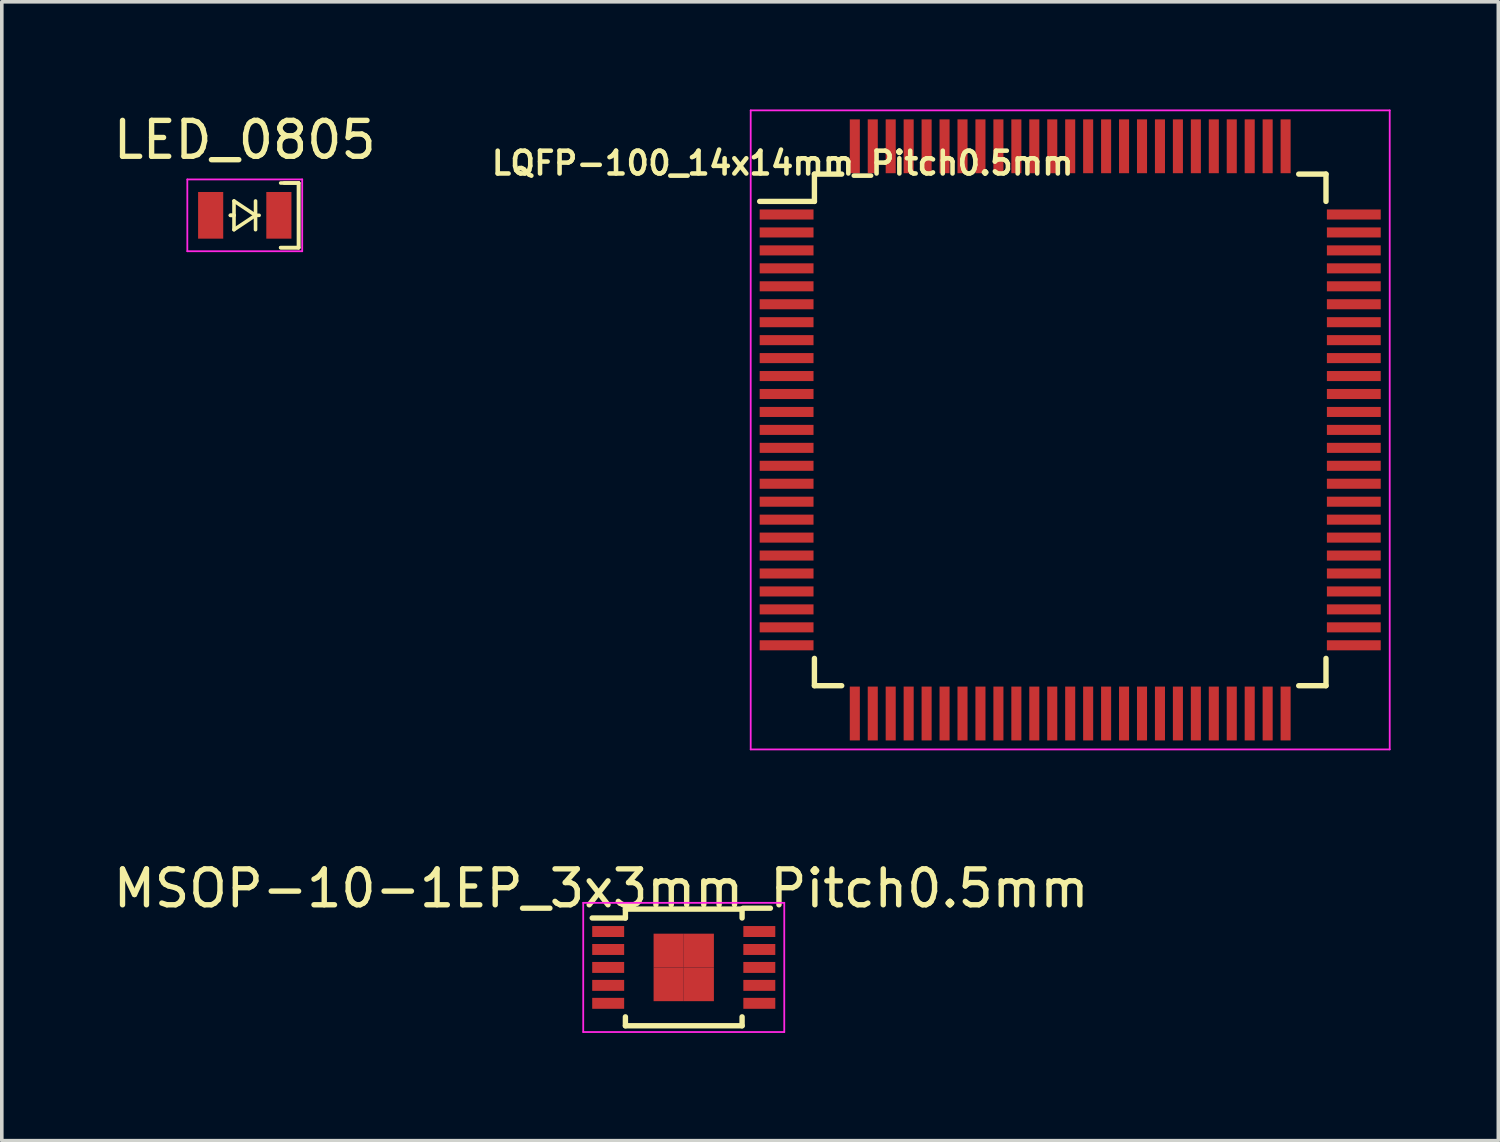
<source format=kicad_pcb>
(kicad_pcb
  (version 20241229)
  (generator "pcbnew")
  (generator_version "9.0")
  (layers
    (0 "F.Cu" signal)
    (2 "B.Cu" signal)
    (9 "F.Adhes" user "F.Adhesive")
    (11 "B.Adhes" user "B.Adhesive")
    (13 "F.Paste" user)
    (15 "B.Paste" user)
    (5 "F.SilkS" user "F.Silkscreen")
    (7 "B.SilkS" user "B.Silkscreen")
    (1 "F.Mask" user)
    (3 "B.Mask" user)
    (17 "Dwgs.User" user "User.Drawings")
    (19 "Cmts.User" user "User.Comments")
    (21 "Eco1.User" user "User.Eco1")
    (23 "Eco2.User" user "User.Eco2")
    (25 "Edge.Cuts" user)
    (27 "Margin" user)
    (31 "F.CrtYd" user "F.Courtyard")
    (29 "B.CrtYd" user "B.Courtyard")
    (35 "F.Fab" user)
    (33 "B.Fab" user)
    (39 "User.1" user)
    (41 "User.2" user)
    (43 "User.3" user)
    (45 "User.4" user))
  (footprint "MSOP-10-1EP_3x3mm_Pitch0.5mm"
    (layer "F.Cu")
    (at 15.996 23.898)
    (property "Reference" "MSOP-10-1EP_3x3mm_Pitch0.5mm" (at -2.3 -2.2 0) (layer "F.SilkS") (effects (font (size 1 1) (thickness 0.15))))
    (attr smd)
    (fp_line (start -1.625 -1.625) (end -1.625 -1.377) (stroke (width 0.15) (type solid)) (layer "F.SilkS"))
    (fp_line (start -1.625 -1.625) (end 1.625 -1.625) (stroke (width 0.15) (type solid)) (layer "F.SilkS"))
    (fp_line (start -1.625 -1.377) (end -2.55 -1.377) (stroke (width 0.15) (type solid)) (layer "F.SilkS"))
    (fp_line (start -1.625 1.625) (end -1.625 1.377) (stroke (width 0.15) (type solid)) (layer "F.SilkS"))
    (fp_line (start -1.625 1.625) (end 1.625 1.625) (stroke (width 0.15) (type solid)) (layer "F.SilkS"))
    (fp_line (start 1.625 -1.625) (end 1.625 -1.377) (stroke (width 0.15) (type solid)) (layer "F.SilkS"))
    (fp_line (start 1.625 1.625) (end 1.625 1.377) (stroke (width 0.15) (type solid)) (layer "F.SilkS"))
    (fp_line (start -2.8 -1.8) (end -2.8 1.8) (stroke (width 0.05) (type solid)) (layer "F.CrtYd"))
    (fp_line (start -2.8 -1.8) (end 2.8 -1.8) (stroke (width 0.05) (type solid)) (layer "F.CrtYd"))
    (fp_line (start -2.8 1.8) (end 2.8 1.8) (stroke (width 0.05) (type solid)) (layer "F.CrtYd"))
    (fp_line (start 2.8 -1.8) (end 2.8 1.8) (stroke (width 0.05) (type solid)) (layer "F.CrtYd"))
    (pad "1" smd rect (at -2.105 -1) (size 0.89 0.305) (layers "F.Cu" "F.Mask" "F.Paste"))
    (pad "2" smd rect (at -2.105 -0.5) (size 0.89 0.305) (layers "F.Cu" "F.Mask" "F.Paste"))
    (pad "3" smd rect (at -2.105 0) (size 0.89 0.305) (layers "F.Cu" "F.Mask" "F.Paste"))
    (pad "4" smd rect (at -2.105 0.5) (size 0.89 0.305) (layers "F.Cu" "F.Mask" "F.Paste"))
    (pad "5" smd rect (at -2.105 1) (size 0.89 0.305) (layers "F.Cu" "F.Mask" "F.Paste"))
    (pad "6" smd rect (at 2.105 1) (size 0.89 0.305) (layers "F.Cu" "F.Mask" "F.Paste"))
    (pad "7" smd rect (at 2.105 0.5) (size 0.89 0.305) (layers "F.Cu" "F.Mask" "F.Paste"))
    (pad "8" smd rect (at 2.105 0) (size 0.89 0.305) (layers "F.Cu" "F.Mask" "F.Paste"))
    (pad "9" smd rect (at 2.105 -0.5) (size 0.89 0.305) (layers "F.Cu" "F.Mask" "F.Paste"))
    (pad "10" smd rect (at 2.105 -1) (size 0.89 0.305) (layers "F.Cu" "F.Mask" "F.Paste"))
    (pad "11" smd rect (at -0.42 -0.47) (size 0.84 0.94) (layers "F.Cu" "F.Mask" "F.Paste"))
    (pad "11" smd rect (at -0.42 0.47) (size 0.84 0.94) (layers "F.Cu" "F.Mask" "F.Paste"))
    (pad "11" smd rect (at 0.42 -0.47) (size 0.84 0.94) (layers "F.Cu" "F.Mask" "F.Paste"))
    (pad "11" smd rect (at 0.42 0.47) (size 0.84 0.94) (layers "F.Cu" "F.Mask" "F.Paste")))
  (footprint "LQFP-100_14x14mm_Pitch0.5mm"
    (layer "F.Cu")
    (at 26.761 8.925)
    (property "Reference" "LQFP-100_14x14mm_Pitch0.5mm" (at -8.01 -7.43 0) (layer "F.SilkS") (effects (font (size 0.635 0.635) (thickness 0.127))))
    (attr smd)
    (fp_line (start -7.125 -7.125) (end -7.125 -6.365) (stroke (width 0.15) (type solid)) (layer "F.SilkS"))
    (fp_line (start -7.125 -7.125) (end -6.365 -7.125) (stroke (width 0.15) (type solid)) (layer "F.SilkS"))
    (fp_line (start -7.125 -6.365) (end -8.65 -6.365) (stroke (width 0.15) (type solid)) (layer "F.SilkS"))
    (fp_line (start -7.125 7.125) (end -7.125 6.365) (stroke (width 0.15) (type solid)) (layer "F.SilkS"))
    (fp_line (start -7.125 7.125) (end -6.365 7.125) (stroke (width 0.15) (type solid)) (layer "F.SilkS"))
    (fp_line (start 7.125 -7.125) (end 6.365 -7.125) (stroke (width 0.15) (type solid)) (layer "F.SilkS"))
    (fp_line (start 7.125 -7.125) (end 7.125 -6.365) (stroke (width 0.15) (type solid)) (layer "F.SilkS"))
    (fp_line (start 7.125 7.125) (end 6.365 7.125) (stroke (width 0.15) (type solid)) (layer "F.SilkS"))
    (fp_line (start 7.125 7.125) (end 7.125 6.365) (stroke (width 0.15) (type solid)) (layer "F.SilkS"))
    (fp_line (start -8.9 -8.9) (end -8.9 8.9) (stroke (width 0.05) (type solid)) (layer "F.CrtYd"))
    (fp_line (start -8.9 -8.9) (end 8.9 -8.9) (stroke (width 0.05) (type solid)) (layer "F.CrtYd"))
    (fp_line (start -8.9 8.9) (end 8.9 8.9) (stroke (width 0.05) (type solid)) (layer "F.CrtYd"))
    (fp_line (start 8.9 -8.9) (end 8.9 8.9) (stroke (width 0.05) (type solid)) (layer "F.CrtYd"))
    (pad "1" smd rect (at -7.9 -6) (size 1.5 0.28) (layers "F.Cu" "F.Mask" "F.Paste"))
    (pad "2" smd rect (at -7.9 -5.5) (size 1.5 0.28) (layers "F.Cu" "F.Mask" "F.Paste"))
    (pad "3" smd rect (at -7.9 -5) (size 1.5 0.28) (layers "F.Cu" "F.Mask" "F.Paste"))
    (pad "4" smd rect (at -7.9 -4.5) (size 1.5 0.28) (layers "F.Cu" "F.Mask" "F.Paste"))
    (pad "5" smd rect (at -7.9 -4) (size 1.5 0.28) (layers "F.Cu" "F.Mask" "F.Paste"))
    (pad "6" smd rect (at -7.9 -3.5) (size 1.5 0.28) (layers "F.Cu" "F.Mask" "F.Paste"))
    (pad "7" smd rect (at -7.9 -3) (size 1.5 0.28) (layers "F.Cu" "F.Mask" "F.Paste"))
    (pad "8" smd rect (at -7.9 -2.5) (size 1.5 0.28) (layers "F.Cu" "F.Mask" "F.Paste"))
    (pad "9" smd rect (at -7.9 -2) (size 1.5 0.28) (layers "F.Cu" "F.Mask" "F.Paste"))
    (pad "10" smd rect (at -7.9 -1.5) (size 1.5 0.28) (layers "F.Cu" "F.Mask" "F.Paste"))
    (pad "11" smd rect (at -7.9 -1) (size 1.5 0.28) (layers "F.Cu" "F.Mask" "F.Paste"))
    (pad "12" smd rect (at -7.9 -0.5) (size 1.5 0.28) (layers "F.Cu" "F.Mask" "F.Paste"))
    (pad "13" smd rect (at -7.9 0) (size 1.5 0.28) (layers "F.Cu" "F.Mask" "F.Paste"))
    (pad "14" smd rect (at -7.9 0.5) (size 1.5 0.28) (layers "F.Cu" "F.Mask" "F.Paste"))
    (pad "15" smd rect (at -7.9 1) (size 1.5 0.28) (layers "F.Cu" "F.Mask" "F.Paste"))
    (pad "16" smd rect (at -7.9 1.5) (size 1.5 0.28) (layers "F.Cu" "F.Mask" "F.Paste"))
    (pad "17" smd rect (at -7.9 2) (size 1.5 0.28) (layers "F.Cu" "F.Mask" "F.Paste"))
    (pad "18" smd rect (at -7.9 2.5) (size 1.5 0.28) (layers "F.Cu" "F.Mask" "F.Paste"))
    (pad "19" smd rect (at -7.9 3) (size 1.5 0.28) (layers "F.Cu" "F.Mask" "F.Paste"))
    (pad "20" smd rect (at -7.9 3.5) (size 1.5 0.28) (layers "F.Cu" "F.Mask" "F.Paste"))
    (pad "21" smd rect (at -7.9 4) (size 1.5 0.28) (layers "F.Cu" "F.Mask" "F.Paste"))
    (pad "22" smd rect (at -7.9 4.5) (size 1.5 0.28) (layers "F.Cu" "F.Mask" "F.Paste"))
    (pad "23" smd rect (at -7.9 5) (size 1.5 0.28) (layers "F.Cu" "F.Mask" "F.Paste"))
    (pad "24" smd rect (at -7.9 5.5) (size 1.5 0.28) (layers "F.Cu" "F.Mask" "F.Paste"))
    (pad "25" smd rect (at -7.9 6) (size 1.5 0.28) (layers "F.Cu" "F.Mask" "F.Paste"))
    (pad "26" smd rect (at -6 7.9 90) (size 1.5 0.28) (layers "F.Cu" "F.Mask" "F.Paste"))
    (pad "27" smd rect (at -5.5 7.9 90) (size 1.5 0.28) (layers "F.Cu" "F.Mask" "F.Paste"))
    (pad "28" smd rect (at -5 7.9 90) (size 1.5 0.28) (layers "F.Cu" "F.Mask" "F.Paste"))
    (pad "29" smd rect (at -4.5 7.9 90) (size 1.5 0.28) (layers "F.Cu" "F.Mask" "F.Paste"))
    (pad "30" smd rect (at -4 7.9 90) (size 1.5 0.28) (layers "F.Cu" "F.Mask" "F.Paste"))
    (pad "31" smd rect (at -3.5 7.9 90) (size 1.5 0.28) (layers "F.Cu" "F.Mask" "F.Paste"))
    (pad "32" smd rect (at -3 7.9 90) (size 1.5 0.28) (layers "F.Cu" "F.Mask" "F.Paste"))
    (pad "33" smd rect (at -2.5 7.9 90) (size 1.5 0.28) (layers "F.Cu" "F.Mask" "F.Paste"))
    (pad "34" smd rect (at -2 7.9 90) (size 1.5 0.28) (layers "F.Cu" "F.Mask" "F.Paste"))
    (pad "35" smd rect (at -1.5 7.9 90) (size 1.5 0.28) (layers "F.Cu" "F.Mask" "F.Paste"))
    (pad "36" smd rect (at -1 7.9 90) (size 1.5 0.28) (layers "F.Cu" "F.Mask" "F.Paste"))
    (pad "37" smd rect (at -0.5 7.9 90) (size 1.5 0.28) (layers "F.Cu" "F.Mask" "F.Paste"))
    (pad "38" smd rect (at 0 7.9 90) (size 1.5 0.28) (layers "F.Cu" "F.Mask" "F.Paste"))
    (pad "39" smd rect (at 0.5 7.9 90) (size 1.5 0.28) (layers "F.Cu" "F.Mask" "F.Paste"))
    (pad "40" smd rect (at 1 7.9 90) (size 1.5 0.28) (layers "F.Cu" "F.Mask" "F.Paste"))
    (pad "41" smd rect (at 1.5 7.9 90) (size 1.5 0.28) (layers "F.Cu" "F.Mask" "F.Paste"))
    (pad "42" smd rect (at 2 7.9 90) (size 1.5 0.28) (layers "F.Cu" "F.Mask" "F.Paste"))
    (pad "43" smd rect (at 2.5 7.9 90) (size 1.5 0.28) (layers "F.Cu" "F.Mask" "F.Paste"))
    (pad "44" smd rect (at 3 7.9 90) (size 1.5 0.28) (layers "F.Cu" "F.Mask" "F.Paste"))
    (pad "45" smd rect (at 3.5 7.9 90) (size 1.5 0.28) (layers "F.Cu" "F.Mask" "F.Paste"))
    (pad "46" smd rect (at 4 7.9 90) (size 1.5 0.28) (layers "F.Cu" "F.Mask" "F.Paste"))
    (pad "47" smd rect (at 4.5 7.9 90) (size 1.5 0.28) (layers "F.Cu" "F.Mask" "F.Paste"))
    (pad "48" smd rect (at 5 7.9 90) (size 1.5 0.28) (layers "F.Cu" "F.Mask" "F.Paste"))
    (pad "49" smd rect (at 5.5 7.9 90) (size 1.5 0.28) (layers "F.Cu" "F.Mask" "F.Paste"))
    (pad "50" smd rect (at 6 7.9 90) (size 1.5 0.28) (layers "F.Cu" "F.Mask" "F.Paste"))
    (pad "51" smd rect (at 7.9 6) (size 1.5 0.28) (layers "F.Cu" "F.Mask" "F.Paste"))
    (pad "52" smd rect (at 7.9 5.5) (size 1.5 0.28) (layers "F.Cu" "F.Mask" "F.Paste"))
    (pad "53" smd rect (at 7.9 5) (size 1.5 0.28) (layers "F.Cu" "F.Mask" "F.Paste"))
    (pad "54" smd rect (at 7.9 4.5) (size 1.5 0.28) (layers "F.Cu" "F.Mask" "F.Paste"))
    (pad "55" smd rect (at 7.9 4) (size 1.5 0.28) (layers "F.Cu" "F.Mask" "F.Paste"))
    (pad "56" smd rect (at 7.9 3.5) (size 1.5 0.28) (layers "F.Cu" "F.Mask" "F.Paste"))
    (pad "57" smd rect (at 7.9 3) (size 1.5 0.28) (layers "F.Cu" "F.Mask" "F.Paste"))
    (pad "58" smd rect (at 7.9 2.5) (size 1.5 0.28) (layers "F.Cu" "F.Mask" "F.Paste"))
    (pad "59" smd rect (at 7.9 2) (size 1.5 0.28) (layers "F.Cu" "F.Mask" "F.Paste"))
    (pad "60" smd rect (at 7.9 1.5) (size 1.5 0.28) (layers "F.Cu" "F.Mask" "F.Paste"))
    (pad "61" smd rect (at 7.9 1) (size 1.5 0.28) (layers "F.Cu" "F.Mask" "F.Paste"))
    (pad "62" smd rect (at 7.9 0.5) (size 1.5 0.28) (layers "F.Cu" "F.Mask" "F.Paste"))
    (pad "63" smd rect (at 7.9 0) (size 1.5 0.28) (layers "F.Cu" "F.Mask" "F.Paste"))
    (pad "64" smd rect (at 7.9 -0.5) (size 1.5 0.28) (layers "F.Cu" "F.Mask" "F.Paste"))
    (pad "65" smd rect (at 7.9 -1) (size 1.5 0.28) (layers "F.Cu" "F.Mask" "F.Paste"))
    (pad "66" smd rect (at 7.9 -1.5) (size 1.5 0.28) (layers "F.Cu" "F.Mask" "F.Paste"))
    (pad "67" smd rect (at 7.9 -2) (size 1.5 0.28) (layers "F.Cu" "F.Mask" "F.Paste"))
    (pad "68" smd rect (at 7.9 -2.5) (size 1.5 0.28) (layers "F.Cu" "F.Mask" "F.Paste"))
    (pad "69" smd rect (at 7.9 -3) (size 1.5 0.28) (layers "F.Cu" "F.Mask" "F.Paste"))
    (pad "70" smd rect (at 7.9 -3.5) (size 1.5 0.28) (layers "F.Cu" "F.Mask" "F.Paste"))
    (pad "71" smd rect (at 7.9 -4) (size 1.5 0.28) (layers "F.Cu" "F.Mask" "F.Paste"))
    (pad "72" smd rect (at 7.9 -4.5) (size 1.5 0.28) (layers "F.Cu" "F.Mask" "F.Paste"))
    (pad "73" smd rect (at 7.9 -5) (size 1.5 0.28) (layers "F.Cu" "F.Mask" "F.Paste"))
    (pad "74" smd rect (at 7.9 -5.5) (size 1.5 0.28) (layers "F.Cu" "F.Mask" "F.Paste"))
    (pad "75" smd rect (at 7.9 -6) (size 1.5 0.28) (layers "F.Cu" "F.Mask" "F.Paste"))
    (pad "76" smd rect (at 6 -7.9 90) (size 1.5 0.28) (layers "F.Cu" "F.Mask" "F.Paste"))
    (pad "77" smd rect (at 5.5 -7.9 90) (size 1.5 0.28) (layers "F.Cu" "F.Mask" "F.Paste"))
    (pad "78" smd rect (at 5 -7.9 90) (size 1.5 0.28) (layers "F.Cu" "F.Mask" "F.Paste"))
    (pad "79" smd rect (at 4.5 -7.9 90) (size 1.5 0.28) (layers "F.Cu" "F.Mask" "F.Paste"))
    (pad "80" smd rect (at 4 -7.9 90) (size 1.5 0.28) (layers "F.Cu" "F.Mask" "F.Paste"))
    (pad "81" smd rect (at 3.5 -7.9 90) (size 1.5 0.28) (layers "F.Cu" "F.Mask" "F.Paste"))
    (pad "82" smd rect (at 3 -7.9 90) (size 1.5 0.28) (layers "F.Cu" "F.Mask" "F.Paste"))
    (pad "83" smd rect (at 2.5 -7.9 90) (size 1.5 0.28) (layers "F.Cu" "F.Mask" "F.Paste"))
    (pad "84" smd rect (at 2 -7.9 90) (size 1.5 0.28) (layers "F.Cu" "F.Mask" "F.Paste"))
    (pad "85" smd rect (at 1.5 -7.9 90) (size 1.5 0.28) (layers "F.Cu" "F.Mask" "F.Paste"))
    (pad "86" smd rect (at 1 -7.9 90) (size 1.5 0.28) (layers "F.Cu" "F.Mask" "F.Paste"))
    (pad "87" smd rect (at 0.5 -7.9 90) (size 1.5 0.28) (layers "F.Cu" "F.Mask" "F.Paste"))
    (pad "88" smd rect (at 0 -7.9 90) (size 1.5 0.28) (layers "F.Cu" "F.Mask" "F.Paste"))
    (pad "89" smd rect (at -0.5 -7.9 90) (size 1.5 0.28) (layers "F.Cu" "F.Mask" "F.Paste"))
    (pad "90" smd rect (at -1 -7.9 90) (size 1.5 0.28) (layers "F.Cu" "F.Mask" "F.Paste"))
    (pad "91" smd rect (at -1.5 -7.9 90) (size 1.5 0.28) (layers "F.Cu" "F.Mask" "F.Paste"))
    (pad "92" smd rect (at -2 -7.9 90) (size 1.5 0.28) (layers "F.Cu" "F.Mask" "F.Paste"))
    (pad "93" smd rect (at -2.5 -7.9 90) (size 1.5 0.28) (layers "F.Cu" "F.Mask" "F.Paste"))
    (pad "94" smd rect (at -3 -7.9 90) (size 1.5 0.28) (layers "F.Cu" "F.Mask" "F.Paste"))
    (pad "95" smd rect (at -3.5 -7.9 90) (size 1.5 0.28) (layers "F.Cu" "F.Mask" "F.Paste"))
    (pad "96" smd rect (at -4 -7.9 90) (size 1.5 0.28) (layers "F.Cu" "F.Mask" "F.Paste"))
    (pad "97" smd rect (at -4.5 -7.9 90) (size 1.5 0.28) (layers "F.Cu" "F.Mask" "F.Paste"))
    (pad "98" smd rect (at -5 -7.9 90) (size 1.5 0.28) (layers "F.Cu" "F.Mask" "F.Paste"))
    (pad "99" smd rect (at -5.5 -7.9 90) (size 1.5 0.28) (layers "F.Cu" "F.Mask" "F.Paste"))
    (pad "100" smd rect (at -6 -7.9 90) (size 1.5 0.28) (layers "F.Cu" "F.Mask" "F.Paste")))
  (footprint "LED_0805"
    (layer "F.Cu")
    (at 3.768 2.948)
    (property "Reference" "LED_0805" (at 0 -2.1 0) (layer "F.SilkS") (effects (font (size 1 1) (thickness 0.15))))
    (attr smd)
    (fp_line (start -0.4 0) (end -0.3 0) (stroke (width 0.1) (type solid)) (layer "F.SilkS"))
    (fp_line (start -0.3 0) (end -0.4 0) (stroke (width 0.1) (type solid)) (layer "F.SilkS"))
    (fp_line (start -0.3 0.4) (end -0.3 -0.4) (stroke (width 0.1) (type solid)) (layer "F.SilkS"))
    (fp_line (start -0.3 0.4) (end 0.3 0) (stroke (width 0.1) (type solid)) (layer "F.SilkS"))
    (fp_line (start 0.3 -0.4) (end 0.3 0.4) (stroke (width 0.1) (type solid)) (layer "F.SilkS"))
    (fp_line (start 0.3 0) (end -0.3 -0.4) (stroke (width 0.1) (type solid)) (layer "F.SilkS"))
    (fp_line (start 0.3 0) (end 0.4 0) (stroke (width 0.1) (type solid)) (layer "F.SilkS"))
    (fp_line (start 1 0.9) (end 1.5 0.9) (stroke (width 0.1) (type solid)) (layer "F.SilkS"))
    (fp_line (start 1.1 -0.9) (end 1.5 -0.9) (stroke (width 0.1) (type solid)) (layer "F.SilkS"))
    (fp_line (start 1.5 -0.9) (end 1 -0.9) (stroke (width 0.1) (type solid)) (layer "F.SilkS"))
    (fp_line (start 1.5 -0.9) (end 1.5 0.9) (stroke (width 0.1) (type solid)) (layer "F.SilkS"))
    (fp_line (start 1.5 0.9) (end 1 0.9) (stroke (width 0.1) (type solid)) (layer "F.SilkS"))
    (fp_line (start 1.5 0.9) (end 1.5 -0.9) (stroke (width 0.1) (type solid)) (layer "F.SilkS"))
    (fp_line (start -1.6 -1) (end -1.6 1) (stroke (width 0.05) (type solid)) (layer "F.CrtYd"))
    (fp_line (start -1.6 -1) (end 1.6 -1) (stroke (width 0.05) (type solid)) (layer "F.CrtYd"))
    (fp_line (start -1.6 1) (end 1.6 1) (stroke (width 0.05) (type solid)) (layer "F.CrtYd"))
    (fp_line (start 1.6 -1) (end 1.6 1) (stroke (width 0.05) (type solid)) (layer "F.CrtYd"))
    (pad "1" smd rect (at 0.95 0) (size 0.7 1.3) (layers "F.Cu" "F.Mask" "F.Paste"))
    (pad "2" smd rect (at -0.95 0) (size 0.7 1.3) (layers "F.Cu" "F.Mask" "F.Paste")))
  (gr_rect
    (start -3 -3)
    (end 38.686 28.723)
    (stroke (width 0.1) (type default))
    (fill no)
    (layer "Edge.Cuts")))
</source>
